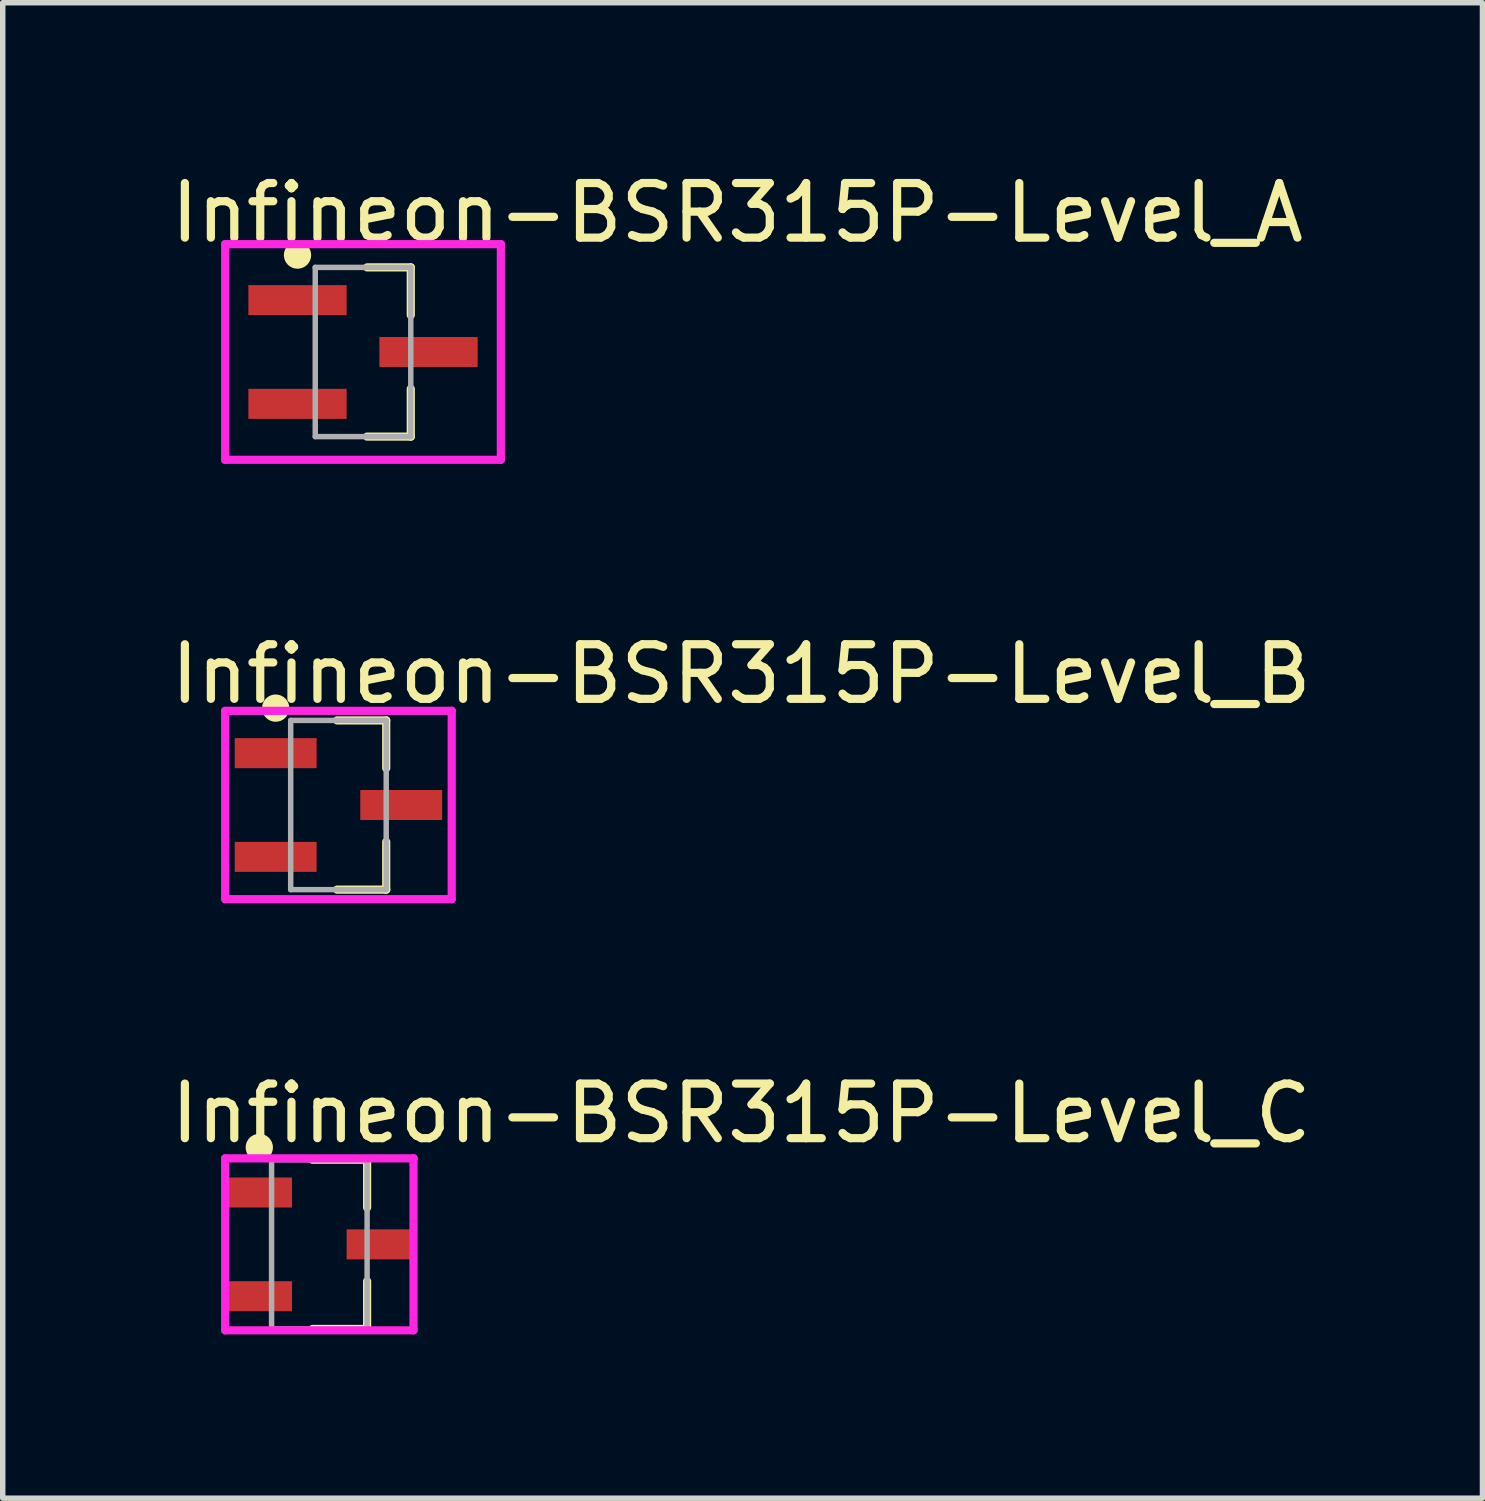
<source format=kicad_pcb>
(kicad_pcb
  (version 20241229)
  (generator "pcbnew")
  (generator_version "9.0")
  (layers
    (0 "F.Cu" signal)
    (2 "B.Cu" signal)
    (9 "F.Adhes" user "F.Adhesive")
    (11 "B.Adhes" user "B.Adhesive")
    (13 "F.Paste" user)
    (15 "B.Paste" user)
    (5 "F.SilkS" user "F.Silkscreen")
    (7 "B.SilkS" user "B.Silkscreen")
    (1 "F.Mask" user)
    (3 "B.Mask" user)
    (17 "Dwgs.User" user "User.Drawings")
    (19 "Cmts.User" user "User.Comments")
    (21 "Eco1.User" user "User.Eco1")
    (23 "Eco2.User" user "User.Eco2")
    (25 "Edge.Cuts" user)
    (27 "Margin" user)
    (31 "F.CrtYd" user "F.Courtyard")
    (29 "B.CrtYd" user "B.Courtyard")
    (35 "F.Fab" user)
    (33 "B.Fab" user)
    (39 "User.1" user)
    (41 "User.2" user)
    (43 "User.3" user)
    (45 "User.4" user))
  (footprint "Infineon-BSR315P-Level_C"
    (layer "F.Cu")
    (at 2.8 19.745)
    (property "Reference" "Infineon-BSR315P-Level_C" (at -2.8 -2.4 0) (layer "F.SilkS") (effects (font (size 1 1) (thickness 0.15)) (justify left)))
    (attr through_hole)
    (fp_line (start -0.125 -1.55) (end 0.875 -1.55) (stroke (width 0.15) (type solid)) (layer "F.SilkS"))
    (fp_line (start -0.125 1.55) (end 0.875 1.55) (stroke (width 0.15) (type solid)) (layer "F.SilkS"))
    (fp_line (start 0.875 -0.675) (end 0.875 -1.55) (stroke (width 0.15) (type solid)) (layer "F.SilkS"))
    (fp_line (start 0.875 1.55) (end 0.875 0.675) (stroke (width 0.15) (type solid)) (layer "F.SilkS"))
    (fp_circle (center -1.1 -1.775) (end -0.975 -1.775) (stroke (width 0.25) (type solid)) (fill no) (layer "F.SilkS"))
    (fp_line (start -1.725 -1.575) (end -1.725 1.575) (stroke (width 0.15) (type solid)) (layer "F.CrtYd"))
    (fp_line (start -1.725 1.575) (end 1.725 1.575) (stroke (width 0.15) (type solid)) (layer "F.CrtYd"))
    (fp_line (start 1.725 -1.575) (end -1.725 -1.575) (stroke (width 0.15) (type solid)) (layer "F.CrtYd"))
    (fp_line (start 1.725 -1.575) (end 1.725 -1.575) (stroke (width 0.15) (type solid)) (layer "F.CrtYd"))
    (fp_line (start 1.725 1.575) (end 1.725 -1.575) (stroke (width 0.15) (type solid)) (layer "F.CrtYd"))
    (fp_line (start -0.875 -1.55) (end 0.875 -1.55) (stroke (width 0.1) (type solid)) (layer "F.Fab"))
    (fp_line (start -0.875 1.55) (end -0.875 -1.55) (stroke (width 0.1) (type solid)) (layer "F.Fab"))
    (fp_line (start -0.875 1.55) (end 0.875 1.55) (stroke (width 0.1) (type solid)) (layer "F.Fab"))
    (fp_line (start 0.875 1.55) (end 0.875 -1.55) (stroke (width 0.1) (type solid)) (layer "F.Fab"))
    (pad "1" smd rect (at -1.1 -0.95 90) (size 0.55 1.2) (layers "F.Cu" "F.Mask" "F.Paste"))
    (pad "2" smd rect (at -1.1 0.95 90) (size 0.55 1.2) (layers "F.Cu" "F.Mask" "F.Paste"))
    (pad "3" smd rect (at 1.1 -0.000001 90) (size 0.55 1.2) (layers "F.Cu" "F.Mask" "F.Paste")))
  (footprint "Infineon-BSR315P-Level_B"
    (layer "F.Cu")
    (at 3.15 11.697)
    (property "Reference" "Infineon-BSR315P-Level_B" (at -3.15 -2.4 0) (layer "F.SilkS") (effects (font (size 1 1) (thickness 0.15)) (justify left)))
    (attr through_hole)
    (fp_line (start -0.025 -1.55) (end 0.875 -1.55) (stroke (width 0.15) (type solid)) (layer "F.SilkS"))
    (fp_line (start -0.025 1.55) (end 0.875 1.55) (stroke (width 0.15) (type solid)) (layer "F.SilkS"))
    (fp_line (start 0.875 -0.675) (end 0.875 -1.55) (stroke (width 0.15) (type solid)) (layer "F.SilkS"))
    (fp_line (start 0.875 1.55) (end 0.875 0.675) (stroke (width 0.15) (type solid)) (layer "F.SilkS"))
    (fp_circle (center -1.15 -1.775) (end -1.025 -1.775) (stroke (width 0.25) (type solid)) (fill no) (layer "F.SilkS"))
    (fp_line (start -2.075 -1.725) (end -2.075 1.725) (stroke (width 0.15) (type solid)) (layer "F.CrtYd"))
    (fp_line (start -2.075 1.725) (end 2.075 1.725) (stroke (width 0.15) (type solid)) (layer "F.CrtYd"))
    (fp_line (start 2.075 -1.725) (end -2.075 -1.725) (stroke (width 0.15) (type solid)) (layer "F.CrtYd"))
    (fp_line (start 2.075 -1.725) (end 2.075 -1.725) (stroke (width 0.15) (type solid)) (layer "F.CrtYd"))
    (fp_line (start 2.075 1.725) (end 2.075 -1.725) (stroke (width 0.15) (type solid)) (layer "F.CrtYd"))
    (fp_line (start -0.875 -1.55) (end 0.875 -1.55) (stroke (width 0.1) (type solid)) (layer "F.Fab"))
    (fp_line (start -0.875 1.55) (end -0.875 -1.55) (stroke (width 0.1) (type solid)) (layer "F.Fab"))
    (fp_line (start -0.875 1.55) (end 0.875 1.55) (stroke (width 0.1) (type solid)) (layer "F.Fab"))
    (fp_line (start 0.875 1.55) (end 0.875 -1.55) (stroke (width 0.1) (type solid)) (layer "F.Fab"))
    (pad "1" smd rect (at -1.15 -0.95 90) (size 0.55 1.5) (layers "F.Cu" "F.Mask" "F.Paste"))
    (pad "2" smd rect (at -1.15 0.95 90) (size 0.55 1.5) (layers "F.Cu" "F.Mask" "F.Paste"))
    (pad "3" smd rect (at 1.15 -0.000001 90) (size 0.55 1.5) (layers "F.Cu" "F.Mask" "F.Paste")))
  (footprint "Infineon-BSR315P-Level_A"
    (layer "F.Cu")
    (at 3.6 3.398)
    (property "Reference" "Infineon-BSR315P-Level_A" (at -3.6 -2.55 0) (layer "F.SilkS") (effects (font (size 1 1) (thickness 0.15)) (justify left)))
    (attr through_hole)
    (fp_line (start 0.075 -1.55) (end 0.875 -1.55) (stroke (width 0.15) (type solid)) (layer "F.SilkS"))
    (fp_line (start 0.075 1.55) (end 0.875 1.55) (stroke (width 0.15) (type solid)) (layer "F.SilkS"))
    (fp_line (start 0.875 -0.675) (end 0.875 -1.55) (stroke (width 0.15) (type solid)) (layer "F.SilkS"))
    (fp_line (start 0.875 1.55) (end 0.875 0.675) (stroke (width 0.15) (type solid)) (layer "F.SilkS"))
    (fp_circle (center -1.2 -1.775) (end -1.075 -1.775) (stroke (width 0.25) (type solid)) (fill no) (layer "F.SilkS"))
    (fp_line (start -2.525 -1.975) (end -2.525 1.975) (stroke (width 0.15) (type solid)) (layer "F.CrtYd"))
    (fp_line (start -2.525 1.975) (end 2.525 1.975) (stroke (width 0.15) (type solid)) (layer "F.CrtYd"))
    (fp_line (start 2.525 -1.975) (end -2.525 -1.975) (stroke (width 0.15) (type solid)) (layer "F.CrtYd"))
    (fp_line (start 2.525 -1.975) (end 2.525 -1.975) (stroke (width 0.15) (type solid)) (layer "F.CrtYd"))
    (fp_line (start 2.525 1.975) (end 2.525 -1.975) (stroke (width 0.15) (type solid)) (layer "F.CrtYd"))
    (fp_line (start -0.875 -1.55) (end 0.875 -1.55) (stroke (width 0.1) (type solid)) (layer "F.Fab"))
    (fp_line (start -0.875 1.55) (end -0.875 -1.55) (stroke (width 0.1) (type solid)) (layer "F.Fab"))
    (fp_line (start -0.875 1.55) (end 0.875 1.55) (stroke (width 0.1) (type solid)) (layer "F.Fab"))
    (fp_line (start 0.875 1.55) (end 0.875 -1.55) (stroke (width 0.1) (type solid)) (layer "F.Fab"))
    (pad "1" smd rect (at -1.2 -0.95 90) (size 0.55 1.8) (layers "F.Cu" "F.Mask" "F.Paste"))
    (pad "2" smd rect (at -1.2 0.95 90) (size 0.55 1.8) (layers "F.Cu" "F.Mask" "F.Paste"))
    (pad "3" smd rect (at 1.2 -0.000001 90) (size 0.55 1.8) (layers "F.Cu" "F.Mask" "F.Paste")))
  (gr_rect
    (start -3 -3)
    (end 24.107 24.395)
    (stroke (width 0.1) (type default))
    (fill no)
    (layer "Edge.Cuts")))
</source>
